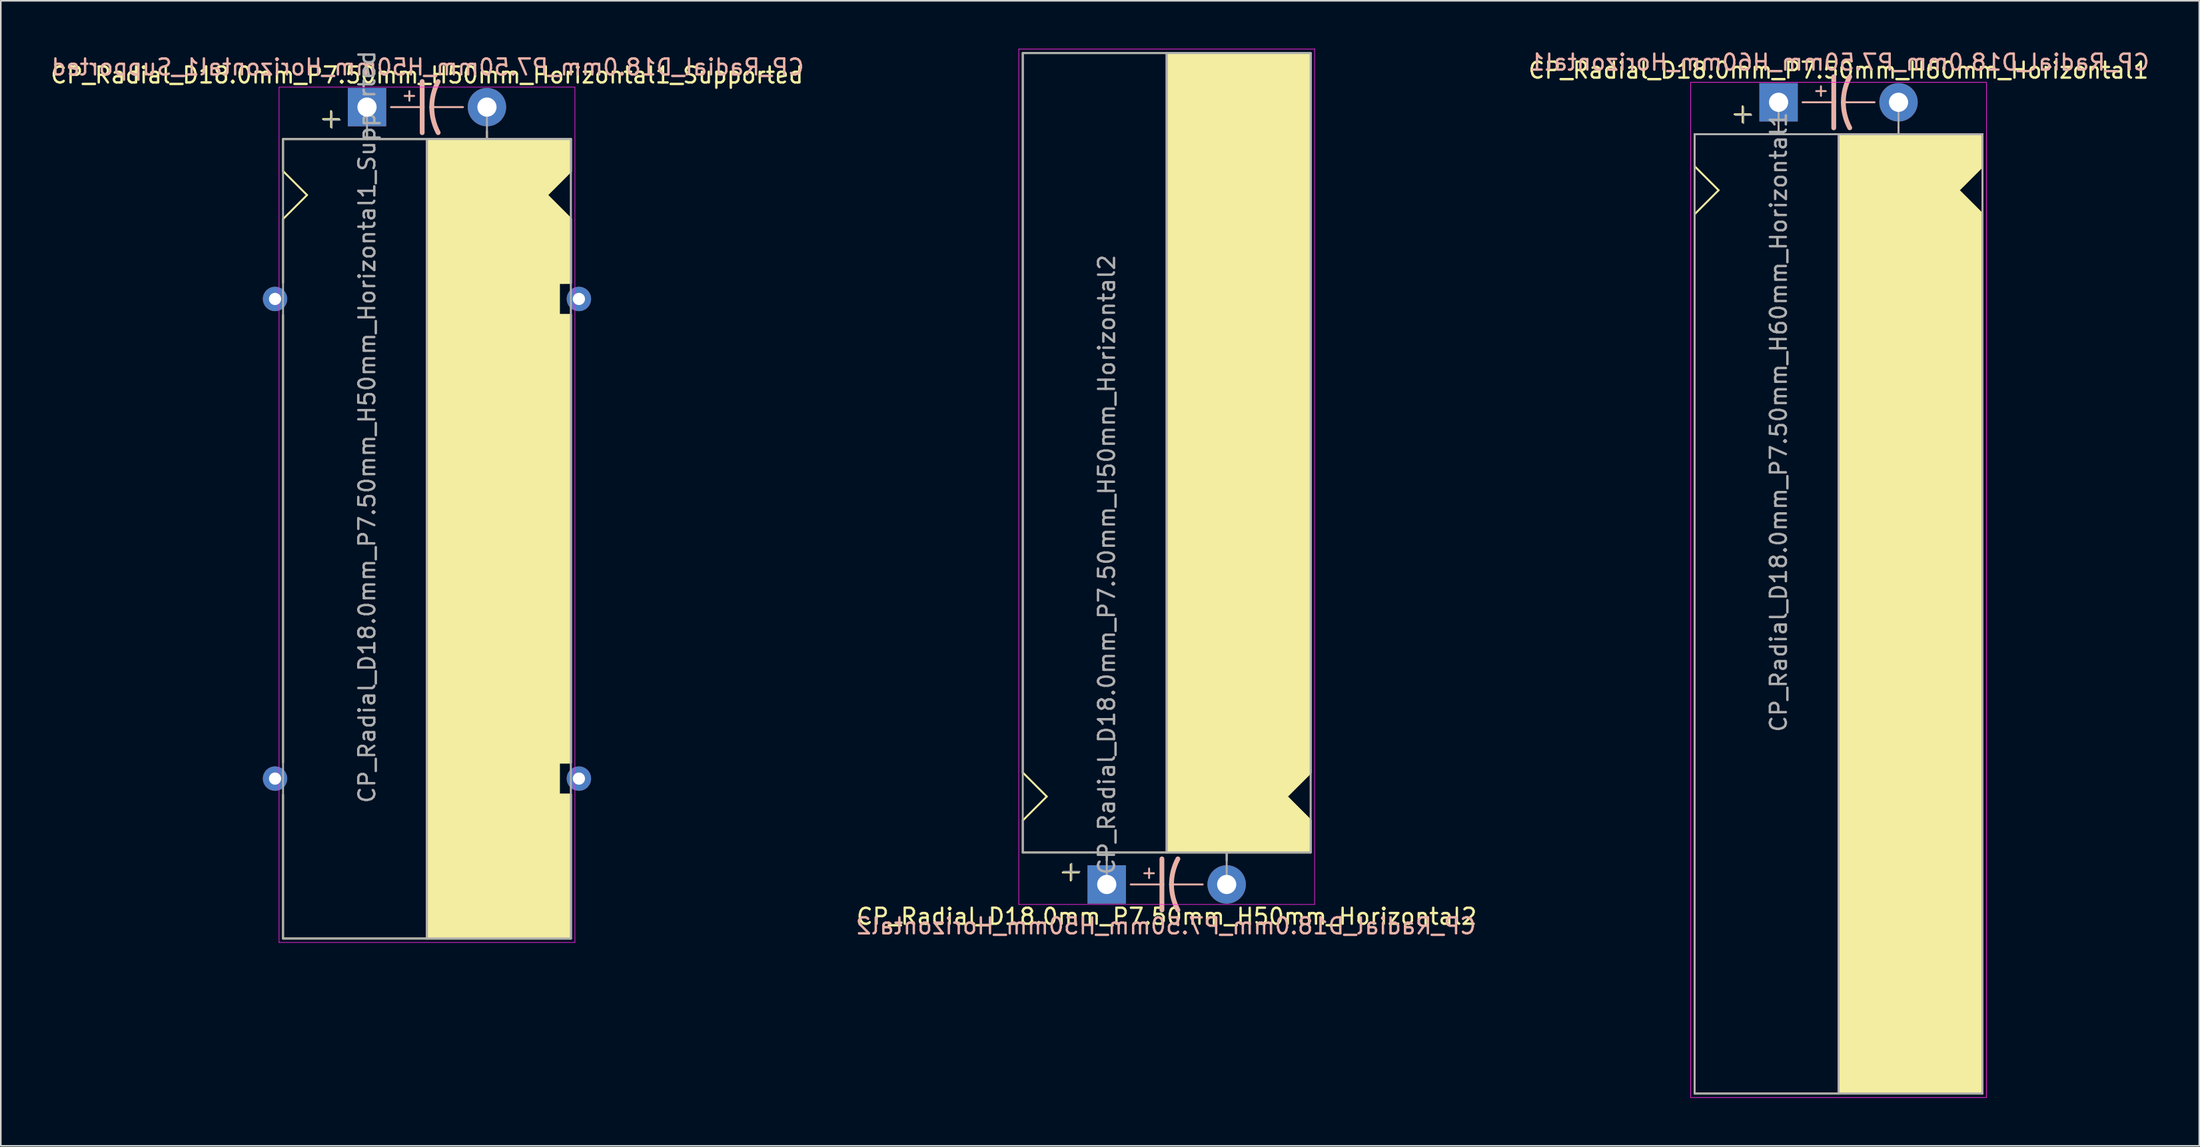
<source format=kicad_pcb>
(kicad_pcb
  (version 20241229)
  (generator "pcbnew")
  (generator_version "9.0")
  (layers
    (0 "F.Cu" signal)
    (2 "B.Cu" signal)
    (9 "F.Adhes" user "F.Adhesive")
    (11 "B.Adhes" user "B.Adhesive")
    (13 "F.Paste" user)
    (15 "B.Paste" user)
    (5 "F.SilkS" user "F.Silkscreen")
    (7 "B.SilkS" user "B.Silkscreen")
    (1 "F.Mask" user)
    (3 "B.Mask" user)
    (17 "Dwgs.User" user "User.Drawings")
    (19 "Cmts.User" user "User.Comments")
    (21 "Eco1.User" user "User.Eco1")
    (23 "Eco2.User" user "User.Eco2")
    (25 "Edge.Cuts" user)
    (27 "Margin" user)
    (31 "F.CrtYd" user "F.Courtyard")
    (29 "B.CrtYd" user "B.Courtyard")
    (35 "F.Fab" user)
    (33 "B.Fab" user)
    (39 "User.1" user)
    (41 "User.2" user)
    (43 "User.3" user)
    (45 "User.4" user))
  (footprint "CP_Radial_D18.0mm_P7.50mm_H60mm_Horizontal1"
    (layer "F.Cu")
    (at 108.165 3.348)
    (property "Reference" "CP_Radial_D18.0mm_P7.50mm_H60mm_Horizontal1" (at 3.75 -2 0) (layer "F.SilkS") (effects (font (size 1 1) (thickness 0.15))))
    (fp_line (start -5.25 2) (end -5.25 4) (stroke (width 0.12) (type solid)) (layer "F.SilkS"))
    (fp_line (start -5.25 2) (end 12.75 2) (stroke (width 0.12) (type solid)) (layer "F.SilkS"))
    (fp_line (start -5.25 4) (end -3.75 5.5) (stroke (width 0.12) (type solid)) (layer "F.SilkS"))
    (fp_line (start -5.25 7) (end -5.25 62) (stroke (width 0.12) (type solid)) (layer "F.SilkS"))
    (fp_line (start -5.25 7) (end -3.75 5.5) (stroke (width 0.12) (type solid)) (layer "F.SilkS"))
    (fp_line (start -5.25 62) (end 12.75 62) (stroke (width 0.12) (type solid)) (layer "F.SilkS"))
    (fp_line (start -2.25 0.25) (end -2.25 1.25) (stroke (width 0.12) (type solid)) (layer "F.SilkS"))
    (fp_line (start -1.75 0.75) (end -2.75 0.75) (stroke (width 0.12) (type solid)) (layer "F.SilkS"))
    (fp_line (start 0 1.5) (end 0 2) (stroke (width 0.12) (type solid)) (layer "F.SilkS"))
    (fp_line (start 3.75 2) (end 3.75 62) (stroke (width 0.12) (type solid)) (layer "F.SilkS"))
    (fp_line (start 7.5 1.5) (end 7.5 2) (stroke (width 0.12) (type solid)) (layer "F.SilkS"))
    (fp_line (start 12.75 2) (end 12.75 4) (stroke (width 0.12) (type solid)) (layer "F.SilkS"))
    (fp_line (start 12.75 4) (end 11.25 5.5) (stroke (width 0.12) (type solid)) (layer "F.SilkS"))
    (fp_line (start 12.75 7) (end 11.25 5.5) (stroke (width 0.12) (type solid)) (layer "F.SilkS"))
    (fp_line (start 12.75 62) (end 12.75 7) (stroke (width 0.12) (type solid)) (layer "F.SilkS"))
    (fp_poly (pts (xy 12.75 4) (xy 11.25 5.5) (xy 12.75 7) (xy 12.75 62) (xy 3.75 62) (xy 3.75 2) (xy 12.75 2)) (stroke (width 0.1) (type solid)) (fill yes) (layer "F.SilkS"))
    (fp_line (start 1.5 0) (end 3.45 0) (stroke (width 0.12) (type solid)) (layer "B.SilkS"))
    (fp_line (start 2.35 -0.7) (end 2.95 -0.7) (stroke (width 0.12) (type solid)) (layer "B.SilkS"))
    (fp_line (start 2.65 -0.4) (end 2.65 -1) (stroke (width 0.12) (type solid)) (layer "B.SilkS"))
    (fp_line (start 3.45 0) (end 3.45 -1.6) (stroke (width 0.3) (type solid)) (layer "B.SilkS"))
    (fp_line (start 3.45 0) (end 3.45 1.6) (stroke (width 0.3) (type solid)) (layer "B.SilkS"))
    (fp_line (start 6 0) (end 4.05 0) (stroke (width 0.12) (type solid)) (layer "B.SilkS"))
    (fp_arc (start 4.05 0) (mid 4.150512 -0.824872) (end 4.45 -1.6) (stroke (width 0.3) (type solid)) (layer "B.SilkS"))
    (fp_arc (start 4.45 1.596157) (mid 4.151652 0.822725) (end 4.05 0) (stroke (width 0.3) (type solid)) (layer "B.SilkS"))
    (fp_line (start -5.5 -1.25) (end -5.5 62.25) (stroke (width 0.04) (type solid)) (layer "F.CrtYd"))
    (fp_line (start -5.5 62.25) (end 13 62.25) (stroke (width 0.04) (type solid)) (layer "F.CrtYd"))
    (fp_line (start 13 -1.25) (end -5.5 -1.25) (stroke (width 0.04) (type solid)) (layer "F.CrtYd"))
    (fp_line (start 13 62.25) (end 13 -1.25) (stroke (width 0.04) (type solid)) (layer "F.CrtYd"))
    (fp_line (start -5.25 2) (end -5.25 62) (stroke (width 0.12) (type solid)) (layer "F.Fab"))
    (fp_line (start -5.25 62) (end 12.75 62) (stroke (width 0.12) (type solid)) (layer "F.Fab"))
    (fp_line (start -2.7 0.8) (end -1.7 0.8) (stroke (width 0.1) (type solid)) (layer "F.Fab"))
    (fp_line (start -2.2 1.3) (end -2.2 0.3) (stroke (width 0.1) (type solid)) (layer "F.Fab"))
    (fp_line (start 0 0) (end 0 2) (stroke (width 0.12) (type solid)) (layer "F.Fab"))
    (fp_line (start 3.75 2) (end 3.75 62) (stroke (width 0.12) (type solid)) (layer "F.Fab"))
    (fp_line (start 7.5 0) (end 7.5 2) (stroke (width 0.12) (type solid)) (layer "F.Fab"))
    (fp_line (start 12.75 2) (end -5.25 2) (stroke (width 0.12) (type solid)) (layer "F.Fab"))
    (fp_line (start 12.75 62) (end 12.75 2) (stroke (width 0.12) (type solid)) (layer "F.Fab"))
    (fp_poly (pts (xy 12.75 62) (xy 3.75 62) (xy 3.75 2) (xy 12.75 2)) (stroke (width 0.1) (type solid)) (fill no) (layer "F.Fab"))
    (fp_text user "${REFERENCE}" (at 3.8 -2.5 0) (layer "B.SilkS") (effects (font (size 1 1) (thickness 0.15)) (justify mirror)))
    (fp_text user "${REFERENCE}" (at 0 20 90) (layer "F.Fab") (effects (font (size 1 1) (thickness 0.15))))
    (pad "1" thru_hole rect (at 0 0) (size 2.4 2.4) (drill 1.2) (layers "*.Cu" "*.Mask"))
    (pad "2" thru_hole circle (at 7.5 0) (size 2.4 2.4) (drill 1.2) (layers "*.Cu" "*.Mask")))
  (footprint "CP_Radial_D18.0mm_P7.50mm_H50mm_Horizontal1_Supported"
    (layer "F.Cu")
    (at 19.899 3.649)
    (property "Reference" "CP_Radial_D18.0mm_P7.50mm_H50mm_Horizontal1_Supported" (at 3.75 -2 0) (layer "F.SilkS") (effects (font (size 1 1) (thickness 0.15))))
    (fp_line (start -5.25 2) (end -5.25 4) (stroke (width 0.12) (type solid)) (layer "F.SilkS"))
    (fp_line (start -5.25 2) (end 12.75 2) (stroke (width 0.12) (type solid)) (layer "F.SilkS"))
    (fp_line (start -5.25 4) (end -3.75 5.5) (stroke (width 0.12) (type solid)) (layer "F.SilkS"))
    (fp_line (start -5.25 7) (end -3.75 5.5) (stroke (width 0.12) (type solid)) (layer "F.SilkS"))
    (fp_line (start -5.25 11) (end -5.25 7) (stroke (width 0.12) (type solid)) (layer "F.SilkS"))
    (fp_line (start -5.25 13) (end -5.25 41) (stroke (width 0.12) (type solid)) (layer "F.SilkS"))
    (fp_line (start -5.25 43) (end -5.25 52) (stroke (width 0.12) (type solid)) (layer "F.SilkS"))
    (fp_line (start -5.25 52) (end 12.75 52) (stroke (width 0.12) (type solid)) (layer "F.SilkS"))
    (fp_line (start -2.25 0.25) (end -2.25 1.25) (stroke (width 0.12) (type solid)) (layer "F.SilkS"))
    (fp_line (start -1.75 0.75) (end -2.75 0.75) (stroke (width 0.12) (type solid)) (layer "F.SilkS"))
    (fp_line (start 0 1.5) (end 0 2) (stroke (width 0.12) (type solid)) (layer "F.SilkS"))
    (fp_line (start 3.75 2) (end 3.75 52) (stroke (width 0.12) (type solid)) (layer "F.SilkS"))
    (fp_line (start 7.5 1.5) (end 7.5 2) (stroke (width 0.12) (type solid)) (layer "F.SilkS"))
    (fp_line (start 12 11) (end 12 13) (stroke (width 0.12) (type solid)) (layer "F.SilkS"))
    (fp_line (start 12 13) (end 12.75 13) (stroke (width 0.12) (type solid)) (layer "F.SilkS"))
    (fp_line (start 12 41) (end 12 43) (stroke (width 0.12) (type solid)) (layer "F.SilkS"))
    (fp_line (start 12 43) (end 12.75 43) (stroke (width 0.12) (type solid)) (layer "F.SilkS"))
    (fp_line (start 12.25 11) (end 12 11) (stroke (width 0.12) (type solid)) (layer "F.SilkS"))
    (fp_line (start 12.75 2) (end 12.75 4) (stroke (width 0.12) (type solid)) (layer "F.SilkS"))
    (fp_line (start 12.75 4) (end 11.25 5.5) (stroke (width 0.12) (type solid)) (layer "F.SilkS"))
    (fp_line (start 12.75 7) (end 11.25 5.5) (stroke (width 0.12) (type solid)) (layer "F.SilkS"))
    (fp_line (start 12.75 11) (end 12.25 11) (stroke (width 0.12) (type solid)) (layer "F.SilkS"))
    (fp_line (start 12.75 11) (end 12.75 7) (stroke (width 0.12) (type solid)) (layer "F.SilkS"))
    (fp_line (start 12.75 13) (end 12.75 41) (stroke (width 0.12) (type solid)) (layer "F.SilkS"))
    (fp_line (start 12.75 41) (end 12 41) (stroke (width 0.12) (type solid)) (layer "F.SilkS"))
    (fp_line (start 12.75 43) (end 12.75 52) (stroke (width 0.12) (type solid)) (layer "F.SilkS"))
    (fp_poly (pts (xy 12.75 4) (xy 11.25 5.5) (xy 12.75 7) (xy 12.75 11) (xy 12 11) (xy 12 13) (xy 12.75 13) (xy 12.75 41) (xy 12 41) (xy 12 43) (xy 12.75 43) (xy 12.75 52) (xy 3.75 52) (xy 3.75 2) (xy 12.75 2)) (stroke (width 0.1) (type solid)) (fill yes) (layer "F.SilkS"))
    (fp_line (start 1.5 0) (end 3.45 0) (stroke (width 0.12) (type solid)) (layer "B.SilkS"))
    (fp_line (start 2.35 -0.7) (end 2.95 -0.7) (stroke (width 0.12) (type solid)) (layer "B.SilkS"))
    (fp_line (start 2.65 -0.4) (end 2.65 -1) (stroke (width 0.12) (type solid)) (layer "B.SilkS"))
    (fp_line (start 3.45 0) (end 3.45 -1.6) (stroke (width 0.3) (type solid)) (layer "B.SilkS"))
    (fp_line (start 3.45 0) (end 3.45 1.6) (stroke (width 0.3) (type solid)) (layer "B.SilkS"))
    (fp_line (start 6 0) (end 4.05 0) (stroke (width 0.12) (type solid)) (layer "B.SilkS"))
    (fp_arc (start 4.05 0) (mid 4.150512 -0.824872) (end 4.45 -1.6) (stroke (width 0.3) (type solid)) (layer "B.SilkS"))
    (fp_arc (start 4.45 1.596157) (mid 4.151652 0.822725) (end 4.05 0) (stroke (width 0.3) (type solid)) (layer "B.SilkS"))
    (fp_line (start -5.5 -1.25) (end -5.5 52.25) (stroke (width 0.04) (type solid)) (layer "F.CrtYd"))
    (fp_line (start -5.5 52.25) (end 13 52.25) (stroke (width 0.04) (type solid)) (layer "F.CrtYd"))
    (fp_line (start 13 -1.25) (end -5.5 -1.25) (stroke (width 0.04) (type solid)) (layer "F.CrtYd"))
    (fp_line (start 13 52.25) (end 13 -1.25) (stroke (width 0.04) (type solid)) (layer "F.CrtYd"))
    (fp_line (start -5.25 2) (end -5.25 52) (stroke (width 0.12) (type solid)) (layer "F.Fab"))
    (fp_line (start -5.25 52) (end 12.75 52) (stroke (width 0.12) (type solid)) (layer "F.Fab"))
    (fp_line (start -2.7 0.8) (end -1.7 0.8) (stroke (width 0.1) (type solid)) (layer "F.Fab"))
    (fp_line (start -2.2 1.3) (end -2.2 0.3) (stroke (width 0.1) (type solid)) (layer "F.Fab"))
    (fp_line (start 0 0) (end 0 2) (stroke (width 0.12) (type solid)) (layer "F.Fab"))
    (fp_line (start 3.75 2) (end 3.75 52) (stroke (width 0.12) (type solid)) (layer "F.Fab"))
    (fp_line (start 7.5 0) (end 7.5 2) (stroke (width 0.12) (type solid)) (layer "F.Fab"))
    (fp_line (start 12.75 2) (end -5.25 2) (stroke (width 0.12) (type solid)) (layer "F.Fab"))
    (fp_line (start 12.75 52) (end 12.75 2) (stroke (width 0.12) (type solid)) (layer "F.Fab"))
    (fp_poly (pts (xy 12.75 52) (xy 3.75 52) (xy 3.75 2) (xy 12.75 2)) (stroke (width 0.1) (type solid)) (fill no) (layer "F.Fab"))
    (fp_text user "${REFERENCE}" (at 3.8 -2.5 0) (layer "B.SilkS") (effects (font (size 1 1) (thickness 0.15)) (justify mirror)))
    (fp_text user "${REFERENCE}" (at 0 20 90) (layer "F.Fab") (effects (font (size 1 1) (thickness 0.15))))
    (pad "1" thru_hole rect (at 0 0) (size 2.4 2.4) (drill 1.2) (layers "*.Cu" "*.Mask"))
    (pad "2" thru_hole circle (at 7.5 0) (size 2.4 2.4) (drill 1.2) (layers "*.Cu" "*.Mask"))
    (pad "~" thru_hole circle (at -5.75 12) (size 1.524 1.524) (drill 0.762) (layers "*.Cu" "*.Mask"))
    (pad "~" thru_hole circle (at -5.75 42) (size 1.524 1.524) (drill 0.762) (layers "*.Cu" "*.Mask"))
    (pad "~" thru_hole circle (at 13.25 12) (size 1.524 1.524) (drill 0.762) (layers "*.Cu" "*.Mask"))
    (pad "~" thru_hole circle (at 13.25 42) (size 1.524 1.524) (drill 0.762) (layers "*.Cu" "*.Mask")))
  (footprint "CP_Radial_D18.0mm_P7.50mm_H50mm_Horizontal2"
    (layer "F.Cu")
    (at 66.154 52.27)
    (property "Reference" "CP_Radial_D18.0mm_P7.50mm_H50mm_Horizontal2" (at 3.75 2 0) (layer "F.SilkS") (effects (font (size 1 1) (thickness 0.15))))
    (fp_line (start -5.25 -52) (end 12.75 -52) (stroke (width 0.12) (type solid)) (layer "F.SilkS"))
    (fp_line (start -5.25 -7) (end -5.25 -52) (stroke (width 0.12) (type solid)) (layer "F.SilkS"))
    (fp_line (start -5.25 -7) (end -3.75 -5.5) (stroke (width 0.12) (type solid)) (layer "F.SilkS"))
    (fp_line (start -5.25 -4) (end -3.75 -5.5) (stroke (width 0.12) (type solid)) (layer "F.SilkS"))
    (fp_line (start -5.25 -2) (end -5.25 -4) (stroke (width 0.12) (type solid)) (layer "F.SilkS"))
    (fp_line (start -5.25 -2) (end 12.75 -2) (stroke (width 0.12) (type solid)) (layer "F.SilkS"))
    (fp_line (start -2.25 -1.25) (end -2.25 -0.25) (stroke (width 0.12) (type solid)) (layer "F.SilkS"))
    (fp_line (start -1.75 -0.75) (end -2.75 -0.75) (stroke (width 0.12) (type solid)) (layer "F.SilkS"))
    (fp_line (start 0 -1.5) (end 0 -2) (stroke (width 0.12) (type solid)) (layer "F.SilkS"))
    (fp_line (start 3.75 -2) (end 3.75 -52) (stroke (width 0.12) (type solid)) (layer "F.SilkS"))
    (fp_line (start 7.5 -1.5) (end 7.5 -2) (stroke (width 0.12) (type solid)) (layer "F.SilkS"))
    (fp_line (start 12.75 -52) (end 12.75 -7) (stroke (width 0.12) (type solid)) (layer "F.SilkS"))
    (fp_line (start 12.75 -7) (end 11.25 -5.5) (stroke (width 0.12) (type solid)) (layer "F.SilkS"))
    (fp_line (start 12.75 -4) (end 11.25 -5.5) (stroke (width 0.12) (type solid)) (layer "F.SilkS"))
    (fp_line (start 12.75 -2) (end 12.75 -4) (stroke (width 0.12) (type solid)) (layer "F.SilkS"))
    (fp_poly (pts (xy 12.75 -4) (xy 11.25 -5.5) (xy 12.75 -7) (xy 12.75 -52) (xy 3.75 -52) (xy 3.75 -2) (xy 12.75 -2)) (stroke (width 0.1) (type solid)) (fill yes) (layer "F.SilkS"))
    (fp_line (start 1.5 0) (end 3.45 0) (stroke (width 0.12) (type solid)) (layer "B.SilkS"))
    (fp_line (start 2.35 -0.7) (end 2.95 -0.7) (stroke (width 0.12) (type solid)) (layer "B.SilkS"))
    (fp_line (start 2.65 -0.4) (end 2.65 -1) (stroke (width 0.12) (type solid)) (layer "B.SilkS"))
    (fp_line (start 3.45 0) (end 3.45 -1.6) (stroke (width 0.3) (type solid)) (layer "B.SilkS"))
    (fp_line (start 3.45 0) (end 3.45 1.6) (stroke (width 0.3) (type solid)) (layer "B.SilkS"))
    (fp_line (start 6 0) (end 4.05 0) (stroke (width 0.12) (type solid)) (layer "B.SilkS"))
    (fp_arc (start 4.05 0) (mid 4.150512 -0.824872) (end 4.45 -1.6) (stroke (width 0.3) (type solid)) (layer "B.SilkS"))
    (fp_arc (start 4.45 1.596157) (mid 4.151652 0.822725) (end 4.05 0) (stroke (width 0.3) (type solid)) (layer "B.SilkS"))
    (fp_line (start -5.5 -52.25) (end 13 -52.25) (stroke (width 0.04) (type solid)) (layer "F.CrtYd"))
    (fp_line (start -5.5 1.25) (end -5.5 -52.25) (stroke (width 0.04) (type solid)) (layer "F.CrtYd"))
    (fp_line (start 13 -52.25) (end 13 1.25) (stroke (width 0.04) (type solid)) (layer "F.CrtYd"))
    (fp_line (start 13 1.25) (end -5.5 1.25) (stroke (width 0.04) (type solid)) (layer "F.CrtYd"))
    (fp_line (start -5.25 -52) (end 12.75 -52) (stroke (width 0.12) (type solid)) (layer "F.Fab"))
    (fp_line (start -5.25 -2) (end -5.25 -52) (stroke (width 0.12) (type solid)) (layer "F.Fab"))
    (fp_line (start -2.7 -0.8) (end -1.7 -0.8) (stroke (width 0.1) (type solid)) (layer "F.Fab"))
    (fp_line (start -2.2 -0.3) (end -2.2 -1.3) (stroke (width 0.1) (type solid)) (layer "F.Fab"))
    (fp_line (start 0 0) (end 0 -2) (stroke (width 0.12) (type solid)) (layer "F.Fab"))
    (fp_line (start 3.75 -2) (end 3.75 -52) (stroke (width 0.12) (type solid)) (layer "F.Fab"))
    (fp_line (start 7.5 0) (end 7.5 -2) (stroke (width 0.12) (type solid)) (layer "F.Fab"))
    (fp_line (start 12.75 -52) (end 12.75 -2) (stroke (width 0.12) (type solid)) (layer "F.Fab"))
    (fp_line (start 12.75 -2) (end -5.25 -2) (stroke (width 0.12) (type solid)) (layer "F.Fab"))
    (fp_poly (pts (xy 12.75 -52) (xy 3.75 -52) (xy 3.75 -2) (xy 12.75 -2)) (stroke (width 0.1) (type solid)) (fill no) (layer "F.Fab"))
    (fp_text user "${REFERENCE}" (at 3.7 2.6 0) (layer "B.SilkS") (effects (font (size 1 1) (thickness 0.15)) (justify mirror)))
    (fp_text user "${REFERENCE}" (at 0 -20 90) (layer "F.Fab") (effects (font (size 1 1) (thickness 0.15))))
    (pad "1" thru_hole rect (at 0 0) (size 2.4 2.4) (drill 1.2) (layers "*.Cu" "*.Mask"))
    (pad "2" thru_hole circle (at 7.5 0) (size 2.4 2.4) (drill 1.2) (layers "*.Cu" "*.Mask")))
  (gr_rect
    (start -3 -3)
    (end 134.471 68.618)
    (stroke (width 0.1) (type default))
    (fill no)
    (layer "Edge.Cuts")))
</source>
